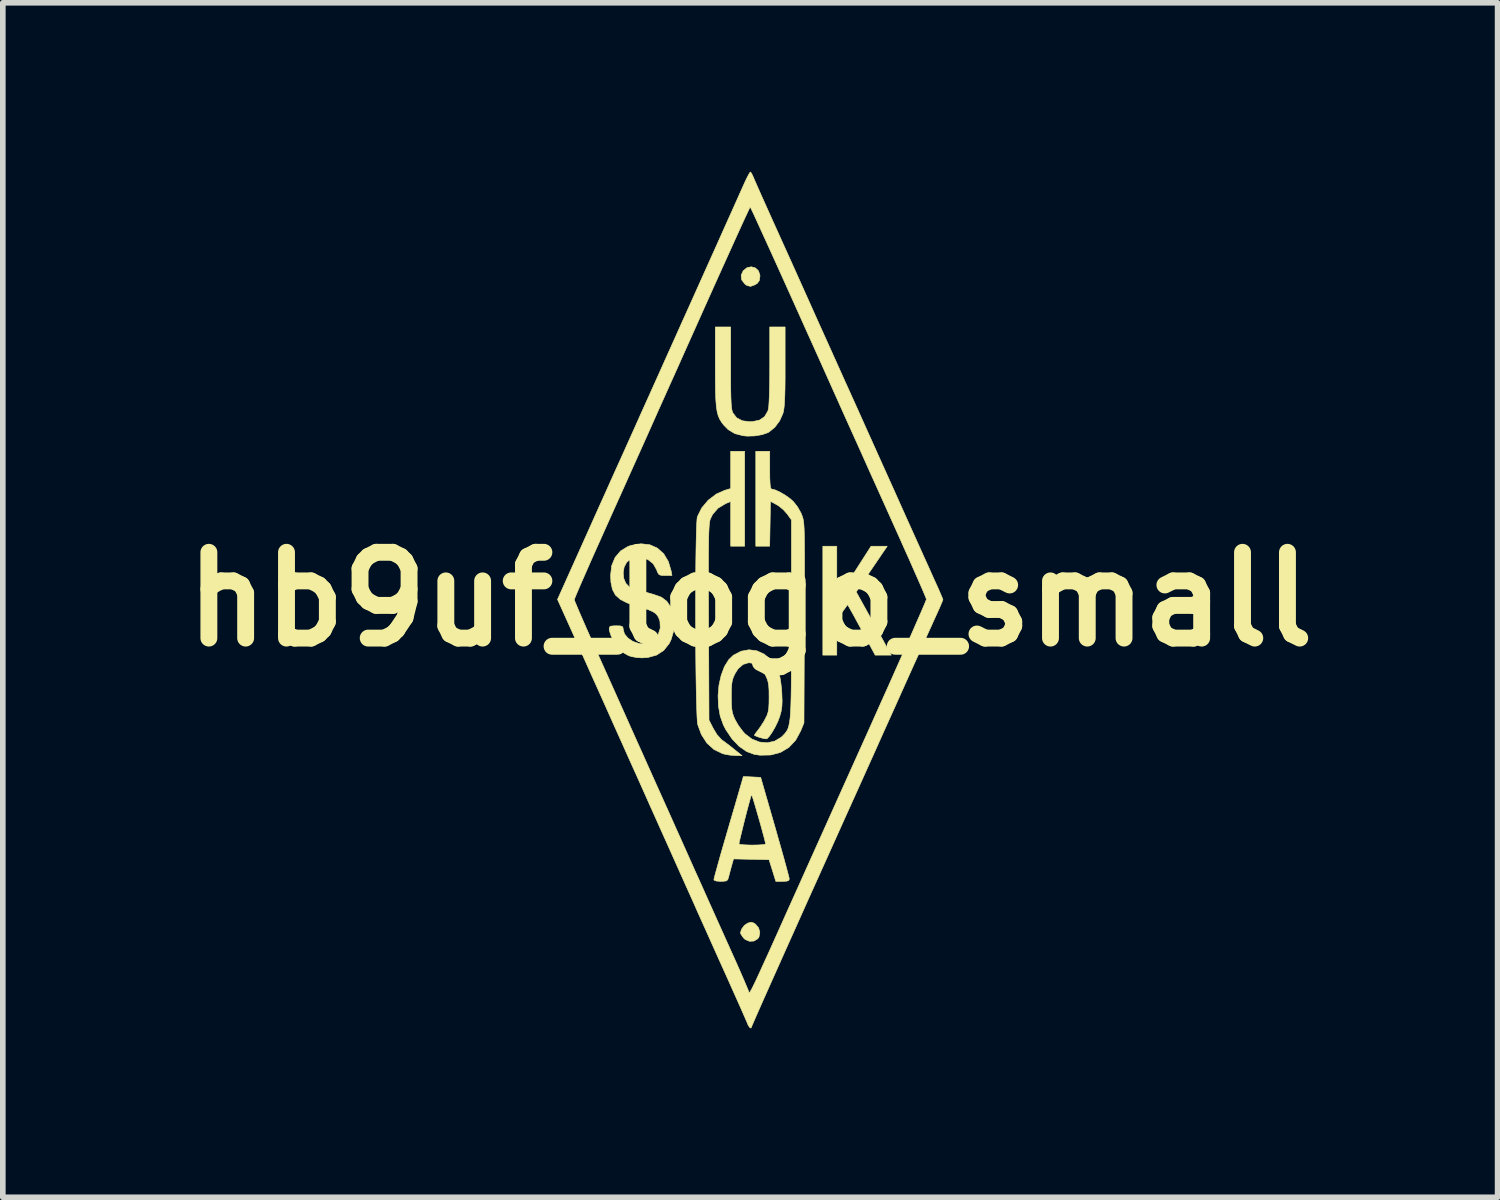
<source format=kicad_pcb>
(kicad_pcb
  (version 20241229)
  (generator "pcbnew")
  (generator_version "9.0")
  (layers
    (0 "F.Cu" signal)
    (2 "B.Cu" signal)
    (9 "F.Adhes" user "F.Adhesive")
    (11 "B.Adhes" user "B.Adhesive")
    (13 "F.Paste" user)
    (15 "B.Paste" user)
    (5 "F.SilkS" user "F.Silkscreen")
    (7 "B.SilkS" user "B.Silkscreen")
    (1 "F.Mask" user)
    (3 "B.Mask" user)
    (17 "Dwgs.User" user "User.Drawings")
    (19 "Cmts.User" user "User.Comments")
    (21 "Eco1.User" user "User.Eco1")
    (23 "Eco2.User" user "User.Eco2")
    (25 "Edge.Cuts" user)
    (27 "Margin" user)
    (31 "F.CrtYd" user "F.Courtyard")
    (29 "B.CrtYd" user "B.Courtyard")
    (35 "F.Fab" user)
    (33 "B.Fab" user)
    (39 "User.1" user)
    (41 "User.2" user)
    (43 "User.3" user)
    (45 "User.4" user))
  (footprint "hb9uf_logo_small"
    (layer "F.Cu")
    (at 10.276 7.595)
    (property "Reference" "hb9uf_logo_small" (at 0 0 0) (layer "F.SilkS") (effects (font (size 1.524 1.524) (thickness 0.3))))
    (attr through_hole)
    (fp_poly (pts (xy 0.092 -5.886) (xy 0.147 -5.834) (xy 0.173 -5.755) (xy 0.173 -5.74) (xy 0.163 -5.663) (xy 0.126 -5.612) (xy 0.082 -5.585) (xy 0.006 -5.558) (xy -0.059 -5.574) (xy -0.095 -5.6) (xy -0.152 -5.674) (xy -0.161 -5.756) (xy -0.124 -5.836) (xy -0.056 -5.891) (xy 0.02 -5.906) (xy 0.092 -5.886)) (stroke (width 0.01) (type solid)) (fill yes) (layer "F.SilkS"))
    (fp_poly (pts (xy 0.06 5.749) (xy 0.095 5.772) (xy 0.15 5.838) (xy 0.171 5.919) (xy 0.156 5.998) (xy 0.134 6.03) (xy 0.067 6.071) (xy -0.014 6.075) (xy -0.09 6.043) (xy -0.122 6.012) (xy -0.157 5.962) (xy -0.174 5.928) (xy -0.174 5.926) (xy -0.153 5.859) (xy -0.104 5.793) (xy -0.045 5.753) (xy 0.013 5.736) (xy 0.06 5.749)) (stroke (width 0.01) (type solid)) (fill yes) (layer "F.SilkS"))
    (fp_poly (pts (xy 1.538 0.007) (xy 1.842 -0.467) (xy 2.146 -0.942) (xy 2.29 -0.942) (xy 2.434 -0.943) (xy 2.158 -0.537) (xy 1.883 -0.131) (xy 2.122 0.3) (xy 2.201 0.443) (xy 2.277 0.58) (xy 2.345 0.701) (xy 2.398 0.798) (xy 2.433 0.862) (xy 2.434 0.862) (xy 2.506 0.992) (xy 2.22 0.992) (xy 2.036 0.651) (xy 1.967 0.524) (xy 1.901 0.403) (xy 1.845 0.299) (xy 1.803 0.224) (xy 1.791 0.203) (xy 1.73 0.096) (xy 1.635 0.228) (xy 1.539 0.36) (xy 1.538 0.992) (xy 1.29 0.992) (xy 1.29 -0.943) (xy 1.538 -0.943) (xy 1.538 0.007)) (stroke (width 0.01) (type solid)) (fill yes) (layer "F.SilkS"))
    (fp_poly (pts (xy -0.347 -4.115) (xy -0.347 -3.9) (xy -0.346 -3.728) (xy -0.343 -3.595) (xy -0.339 -3.494) (xy -0.333 -3.419) (xy -0.326 -3.366) (xy -0.315 -3.328) (xy -0.308 -3.311) (xy -0.241 -3.224) (xy -0.14 -3.171) (xy -0.008 -3.154) (xy 0.041 -3.156) (xy 0.166 -3.183) (xy 0.255 -3.244) (xy 0.312 -3.341) (xy 0.322 -3.372) (xy 0.329 -3.419) (xy 0.335 -3.51) (xy 0.34 -3.634) (xy 0.344 -3.787) (xy 0.346 -3.959) (xy 0.347 -4.144) (xy 0.347 -4.149) (xy 0.347 -4.837) (xy 0.62 -4.837) (xy 0.62 -4.134) (xy 0.62 -3.914) (xy 0.618 -3.738) (xy 0.614 -3.599) (xy 0.609 -3.491) (xy 0.602 -3.41) (xy 0.593 -3.347) (xy 0.582 -3.303) (xy 0.523 -3.17) (xy 0.436 -3.054) (xy 0.331 -2.969) (xy 0.315 -2.96) (xy 0.212 -2.924) (xy 0.082 -2.902) (xy -0.054 -2.898) (xy -0.126 -2.905) (xy -0.273 -2.943) (xy -0.391 -3.014) (xy -0.47 -3.094) (xy -0.51 -3.147) (xy -0.543 -3.201) (xy -0.569 -3.262) (xy -0.588 -3.336) (xy -0.602 -3.428) (xy -0.611 -3.546) (xy -0.617 -3.695) (xy -0.619 -3.881) (xy -0.62 -4.11) (xy -0.62 -4.134) (xy -0.62 -4.837) (xy -0.347 -4.837) (xy -0.347 -4.115)) (stroke (width 0.01) (type solid)) (fill yes) (layer "F.SilkS"))
    (fp_poly (pts (xy -0.099 -0.943) (xy -0.347 -0.943) (xy -0.347 -1.737) (xy -0.44 -1.698) (xy -0.572 -1.618) (xy -0.669 -1.506) (xy -0.707 -1.428) (xy -0.715 -1.404) (xy -0.721 -1.37) (xy -0.727 -1.325) (xy -0.731 -1.263) (xy -0.735 -1.182) (xy -0.738 -1.078) (xy -0.739 -0.947) (xy -0.741 -0.786) (xy -0.741 -0.592) (xy -0.741 -0.361) (xy -0.741 -0.088) (xy -0.74 0.228) (xy -0.739 0.409) (xy -0.732 2.146) (xy -0.657 2.294) (xy -0.589 2.406) (xy -0.514 2.489) (xy -0.494 2.505) (xy -0.426 2.555) (xy -0.34 2.62) (xy -0.275 2.673) (xy -0.144 2.778) (xy -0.264 2.776) (xy -0.365 2.768) (xy -0.466 2.749) (xy -0.491 2.742) (xy -0.643 2.669) (xy -0.769 2.555) (xy -0.867 2.403) (xy -0.932 2.227) (xy -0.939 2.177) (xy -0.945 2.083) (xy -0.95 1.95) (xy -0.955 1.782) (xy -0.959 1.586) (xy -0.963 1.366) (xy -0.966 1.126) (xy -0.968 0.873) (xy -0.969 0.61) (xy -0.97 0.342) (xy -0.97 0.076) (xy -0.969 -0.185) (xy -0.968 -0.435) (xy -0.966 -0.669) (xy -0.963 -0.883) (xy -0.959 -1.071) (xy -0.955 -1.229) (xy -0.95 -1.351) (xy -0.944 -1.433) (xy -0.939 -1.466) (xy -0.861 -1.623) (xy -0.745 -1.761) (xy -0.601 -1.87) (xy -0.452 -1.936) (xy -0.347 -1.967) (xy -0.347 -2.629) (xy -0.099 -2.629) (xy -0.099 -0.943)) (stroke (width 0.01) (type solid)) (fill yes) (layer "F.SilkS"))
    (fp_poly (pts (xy 0.186 3.163) (xy 0.44 4.043) (xy 0.497 4.245) (xy 0.551 4.433) (xy 0.598 4.601) (xy 0.637 4.744) (xy 0.667 4.856) (xy 0.687 4.933) (xy 0.694 4.967) (xy 0.694 4.967) (xy 0.685 4.994) (xy 0.65 5.007) (xy 0.578 5.011) (xy 0.575 5.011) (xy 0.455 5.011) (xy 0.395 4.818) (xy 0.335 4.626) (xy 0.02 4.619) (xy -0.296 4.612) (xy -0.333 4.743) (xy -0.357 4.831) (xy -0.378 4.911) (xy -0.386 4.942) (xy -0.4 4.983) (xy -0.427 5.003) (xy -0.481 5.01) (xy -0.524 5.011) (xy -0.604 5.005) (xy -0.641 4.989) (xy -0.645 4.977) (xy -0.638 4.946) (xy -0.619 4.873) (xy -0.589 4.765) (xy -0.551 4.627) (xy -0.505 4.465) (xy -0.471 4.347) (xy -0.199 4.347) (xy -0.176 4.355) (xy -0.114 4.361) (xy -0.024 4.365) (xy 0.037 4.366) (xy 0.139 4.364) (xy 0.218 4.359) (xy 0.265 4.352) (xy 0.273 4.347) (xy 0.267 4.314) (xy 0.25 4.244) (xy 0.224 4.148) (xy 0.193 4.033) (xy 0.158 3.909) (xy 0.122 3.785) (xy 0.089 3.67) (xy 0.06 3.574) (xy 0.038 3.506) (xy 0.025 3.474) (xy 0.024 3.473) (xy 0.015 3.495) (xy -0.003 3.557) (xy -0.028 3.648) (xy -0.058 3.76) (xy -0.09 3.883) (xy -0.121 4.008) (xy -0.15 4.126) (xy -0.175 4.228) (xy -0.192 4.303) (xy -0.199 4.344) (xy -0.199 4.347) (xy -0.471 4.347) (xy -0.453 4.286) (xy -0.425 4.19) (xy -0.369 3.997) (xy -0.315 3.813) (xy -0.266 3.646) (xy -0.224 3.501) (xy -0.191 3.387) (xy -0.169 3.31) (xy -0.163 3.292) (xy -0.122 3.148) (xy 0.186 3.163)) (stroke (width 0.01) (type solid)) (fill yes) (layer "F.SilkS"))
    (fp_poly (pts (xy -1.785 -0.969) (xy -1.649 -0.909) (xy -1.537 -0.809) (xy -1.454 -0.671) (xy -1.404 -0.502) (xy -1.39 -0.422) (xy -1.508 -0.422) (xy -1.58 -0.424) (xy -1.62 -0.439) (xy -1.645 -0.477) (xy -1.663 -0.526) (xy -1.723 -0.631) (xy -1.814 -0.704) (xy -1.925 -0.742) (xy -2.045 -0.739) (xy -2.121 -0.715) (xy -2.194 -0.657) (xy -2.239 -0.573) (xy -2.256 -0.474) (xy -2.247 -0.374) (xy -2.21 -0.285) (xy -2.147 -0.219) (xy -2.116 -0.203) (xy -2.059 -0.184) (xy -1.971 -0.158) (xy -1.869 -0.13) (xy -1.849 -0.124) (xy -1.745 -0.095) (xy -1.651 -0.064) (xy -1.584 -0.039) (xy -1.576 -0.036) (xy -1.481 0.036) (xy -1.41 0.141) (xy -1.366 0.272) (xy -1.349 0.418) (xy -1.362 0.569) (xy -1.405 0.716) (xy -1.44 0.788) (xy -1.536 0.908) (xy -1.662 0.991) (xy -1.817 1.034) (xy -1.921 1.041) (xy -2.02 1.034) (xy -2.112 1.017) (xy -2.158 1.002) (xy -2.238 0.958) (xy -2.312 0.901) (xy -2.316 0.898) (xy -2.373 0.83) (xy -2.428 0.739) (xy -2.474 0.643) (xy -2.501 0.559) (xy -2.505 0.527) (xy -2.5 0.494) (xy -2.477 0.477) (xy -2.423 0.472) (xy -2.381 0.471) (xy -2.308 0.473) (xy -2.271 0.484) (xy -2.258 0.508) (xy -2.257 0.53) (xy -2.234 0.613) (xy -2.172 0.689) (xy -2.083 0.749) (xy -1.976 0.786) (xy -1.902 0.794) (xy -1.792 0.771) (xy -1.699 0.71) (xy -1.633 0.621) (xy -1.598 0.513) (xy -1.603 0.396) (xy -1.609 0.374) (xy -1.633 0.312) (xy -1.669 0.263) (xy -1.726 0.222) (xy -1.81 0.185) (xy -1.931 0.145) (xy -2.014 0.121) (xy -2.183 0.066) (xy -2.307 0.003) (xy -2.394 -0.075) (xy -2.447 -0.174) (xy -2.474 -0.301) (xy -2.48 -0.429) (xy -2.46 -0.599) (xy -2.4 -0.743) (xy -2.304 -0.857) (xy -2.174 -0.937) (xy -2.113 -0.958) (xy -1.941 -0.986) (xy -1.785 -0.969)) (stroke (width 0.01) (type solid)) (fill yes) (layer "F.SilkS"))
    (fp_poly (pts (xy 0.347 -2.294) (xy 0.348 -2.151) (xy 0.353 -2.051) (xy 0.36 -1.991) (xy 0.371 -1.963) (xy 0.378 -1.959) (xy 0.44 -1.944) (xy 0.526 -1.905) (xy 0.619 -1.851) (xy 0.707 -1.789) (xy 0.766 -1.736) (xy 0.839 -1.644) (xy 0.901 -1.535) (xy 0.917 -1.496) (xy 0.927 -1.468) (xy 0.936 -1.44) (xy 0.943 -1.408) (xy 0.949 -1.368) (xy 0.954 -1.316) (xy 0.958 -1.249) (xy 0.961 -1.162) (xy 0.963 -1.054) (xy 0.964 -0.918) (xy 0.965 -0.753) (xy 0.965 -0.555) (xy 0.965 -0.319) (xy 0.964 -0.042) (xy 0.963 0.279) (xy 0.962 0.418) (xy 0.955 2.195) (xy 0.897 2.338) (xy 0.807 2.504) (xy 0.686 2.632) (xy 0.538 2.72) (xy 0.366 2.766) (xy 0.173 2.77) (xy 0.072 2.755) (xy -0.063 2.705) (xy -0.197 2.612) (xy -0.322 2.481) (xy -0.431 2.32) (xy -0.476 2.234) (xy -0.533 2.075) (xy -0.564 1.898) (xy -0.571 1.711) (xy -0.555 1.526) (xy -0.516 1.351) (xy -0.458 1.196) (xy -0.38 1.071) (xy -0.301 0.995) (xy -0.163 0.923) (xy -0.021 0.897) (xy 0.118 0.915) (xy 0.249 0.975) (xy 0.365 1.074) (xy 0.461 1.209) (xy 0.513 1.324) (xy 0.53 1.394) (xy 0.546 1.497) (xy 0.559 1.615) (xy 0.562 1.674) (xy 0.567 1.805) (xy 0.563 1.903) (xy 0.55 1.988) (xy 0.526 2.076) (xy 0.525 2.081) (xy 0.49 2.173) (xy 0.443 2.269) (xy 0.392 2.358) (xy 0.343 2.43) (xy 0.303 2.473) (xy 0.285 2.48) (xy 0.241 2.474) (xy 0.179 2.458) (xy 0.12 2.438) (xy 0.081 2.421) (xy 0.074 2.415) (xy 0.089 2.389) (xy 0.125 2.341) (xy 0.138 2.325) (xy 0.186 2.259) (xy 0.241 2.173) (xy 0.268 2.123) (xy 0.299 2.061) (xy 0.318 2.003) (xy 0.329 1.936) (xy 0.334 1.846) (xy 0.335 1.736) (xy 0.334 1.615) (xy 0.328 1.528) (xy 0.316 1.462) (xy 0.295 1.4) (xy 0.261 1.328) (xy 0.26 1.327) (xy 0.214 1.242) (xy 0.173 1.191) (xy 0.124 1.159) (xy 0.085 1.143) (xy -0.028 1.127) (xy -0.128 1.158) (xy -0.216 1.236) (xy -0.273 1.327) (xy -0.301 1.389) (xy -0.319 1.448) (xy -0.329 1.518) (xy -0.334 1.612) (xy -0.335 1.724) (xy -0.334 1.85) (xy -0.328 1.941) (xy -0.317 2.011) (xy -0.297 2.074) (xy -0.269 2.138) (xy -0.211 2.239) (xy -0.136 2.34) (xy -0.092 2.39) (xy 0.031 2.483) (xy 0.165 2.536) (xy 0.303 2.549) (xy 0.434 2.52) (xy 0.552 2.45) (xy 0.585 2.418) (xy 0.612 2.389) (xy 0.635 2.36) (xy 0.656 2.329) (xy 0.673 2.291) (xy 0.687 2.243) (xy 0.699 2.182) (xy 0.709 2.104) (xy 0.716 2.005) (xy 0.722 1.882) (xy 0.726 1.732) (xy 0.729 1.55) (xy 0.73 1.334) (xy 0.731 1.08) (xy 0.732 0.785) (xy 0.732 0.444) (xy 0.732 -1.41) (xy 0.657 -1.515) (xy 0.588 -1.592) (xy 0.503 -1.661) (xy 0.471 -1.68) (xy 0.36 -1.739) (xy 0.353 -1.341) (xy 0.346 -0.943) (xy 0.099 -0.943) (xy 0.099 -2.629) (xy 0.347 -2.629) (xy 0.347 -2.294)) (stroke (width 0.01) (type solid)) (fill yes) (layer "F.SilkS"))
    (fp_poly (pts (xy 0.022 -7.57) (xy 0.045 -7.522) (xy 0.062 -7.483) (xy 0.096 -7.405) (xy 0.145 -7.294) (xy 0.206 -7.156) (xy 0.277 -6.998) (xy 0.354 -6.826) (xy 0.384 -6.759) (xy 0.475 -6.558) (xy 0.58 -6.325) (xy 0.695 -6.071) (xy 0.813 -5.809) (xy 0.928 -5.552) (xy 1.036 -5.312) (xy 1.071 -5.234) (xy 1.172 -5.008) (xy 1.281 -4.766) (xy 1.393 -4.518) (xy 1.502 -4.276) (xy 1.603 -4.051) (xy 1.691 -3.855) (xy 1.724 -3.783) (xy 1.79 -3.636) (xy 1.874 -3.451) (xy 1.971 -3.235) (xy 2.078 -2.996) (xy 2.193 -2.741) (xy 2.312 -2.476) (xy 2.432 -2.21) (xy 2.549 -1.95) (xy 2.567 -1.91) (xy 2.677 -1.664) (xy 2.786 -1.421) (xy 2.891 -1.188) (xy 2.989 -0.971) (xy 3.078 -0.773) (xy 3.155 -0.603) (xy 3.218 -0.463) (xy 3.263 -0.362) (xy 3.276 -0.333) (xy 3.329 -0.217) (xy 3.373 -0.116) (xy 3.405 -0.041) (xy 3.422 0.001) (xy 3.423 0.007) (xy 3.413 0.034) (xy 3.387 0.097) (xy 3.348 0.187) (xy 3.301 0.29) (xy 3.268 0.362) (xy 3.218 0.474) (xy 3.151 0.621) (xy 3.071 0.798) (xy 2.98 1.002) (xy 2.879 1.225) (xy 2.771 1.465) (xy 2.659 1.715) (xy 2.555 1.947) (xy 2.436 2.21) (xy 2.318 2.473) (xy 2.203 2.73) (xy 2.093 2.974) (xy 1.991 3.201) (xy 1.9 3.404) (xy 1.821 3.578) (xy 1.759 3.716) (xy 1.723 3.795) (xy 1.554 4.171) (xy 1.387 4.542) (xy 1.224 4.904) (xy 1.066 5.254) (xy 0.915 5.591) (xy 0.772 5.911) (xy 0.637 6.211) (xy 0.513 6.489) (xy 0.4 6.742) (xy 0.299 6.968) (xy 0.212 7.163) (xy 0.141 7.325) (xy 0.085 7.452) (xy 0.047 7.54) (xy 0.027 7.586) (xy 0.025 7.594) (xy 0.014 7.617) (xy -0.01 7.605) (xy -0.037 7.565) (xy -0.044 7.547) (xy -0.06 7.508) (xy -0.094 7.43) (xy -0.143 7.319) (xy -0.204 7.18) (xy -0.276 7.02) (xy -0.355 6.843) (xy -0.409 6.722) (xy -0.503 6.514) (xy -0.601 6.296) (xy -0.698 6.08) (xy -0.79 5.874) (xy -0.873 5.69) (xy -0.941 5.539) (xy -0.955 5.507) (xy -1.001 5.402) (xy -1.066 5.257) (xy -1.148 5.075) (xy -1.244 4.861) (xy -1.352 4.619) (xy -1.471 4.353) (xy -1.599 4.068) (xy -1.734 3.767) (xy -1.873 3.456) (xy -2.015 3.138) (xy -2.159 2.819) (xy -2.301 2.501) (xy -2.441 2.19) (xy -2.575 1.889) (xy -2.703 1.604) (xy -2.823 1.338) (xy -2.931 1.096) (xy -3.028 0.882) (xy -3.109 0.7) (xy -3.174 0.555) (xy -3.214 0.466) (xy -3.421 0.007) (xy -3.125 0.007) (xy -3.116 0.035) (xy -3.087 0.104) (xy -3.043 0.209) (xy -2.984 0.345) (xy -2.913 0.508) (xy -2.831 0.692) (xy -2.742 0.894) (xy -2.664 1.067) (xy -2.553 1.314) (xy -2.435 1.577) (xy -2.315 1.845) (xy -2.196 2.11) (xy -2.084 2.361) (xy -1.982 2.588) (xy -1.895 2.781) (xy -1.88 2.815) (xy -1.713 3.188) (xy -1.564 3.52) (xy -1.432 3.813) (xy -1.316 4.073) (xy -1.213 4.302) (xy -1.122 4.505) (xy -1.042 4.685) (xy -0.97 4.846) (xy -0.904 4.991) (xy -0.844 5.125) (xy -0.812 5.197) (xy -0.746 5.345) (xy -0.664 5.527) (xy -0.573 5.73) (xy -0.478 5.941) (xy -0.384 6.15) (xy -0.319 6.295) (xy -0.243 6.463) (xy -0.175 6.617) (xy -0.117 6.751) (xy -0.071 6.859) (xy -0.039 6.935) (xy -0.025 6.973) (xy -0.025 6.976) (xy -0.022 6.99) (xy -0.014 6.988) (xy 0.001 6.967) (xy 0.026 6.924) (xy 0.061 6.854) (xy 0.108 6.756) (xy 0.168 6.626) (xy 0.243 6.461) (xy 0.336 6.258) (xy 0.446 6.013) (xy 0.473 5.953) (xy 0.547 5.788) (xy 0.639 5.582) (xy 0.748 5.34) (xy 0.871 5.067) (xy 1.005 4.768) (xy 1.149 4.447) (xy 1.301 4.11) (xy 1.458 3.76) (xy 1.619 3.402) (xy 1.781 3.042) (xy 1.942 2.684) (xy 2.028 2.493) (xy 2.176 2.163) (xy 2.318 1.845) (xy 2.454 1.543) (xy 2.58 1.259) (xy 2.697 0.996) (xy 2.803 0.758) (xy 2.896 0.546) (xy 2.975 0.365) (xy 3.04 0.217) (xy 3.088 0.105) (xy 3.118 0.032) (xy 3.13 0.001) (xy 3.13 0) (xy 3.12 -0.029) (xy 3.091 -0.099) (xy 3.045 -0.206) (xy 2.985 -0.344) (xy 2.911 -0.511) (xy 2.827 -0.702) (xy 2.733 -0.911) (xy 2.633 -1.136) (xy 2.586 -1.24) (xy 2.494 -1.444) (xy 2.385 -1.687) (xy 2.26 -1.965) (xy 2.122 -2.27) (xy 1.975 -2.599) (xy 1.819 -2.945) (xy 1.658 -3.302) (xy 1.495 -3.666) (xy 1.332 -4.03) (xy 1.171 -4.389) (xy 1.028 -4.706) (xy 0.886 -5.022) (xy 0.75 -5.325) (xy 0.621 -5.611) (xy 0.5 -5.879) (xy 0.389 -6.124) (xy 0.289 -6.344) (xy 0.201 -6.536) (xy 0.128 -6.697) (xy 0.07 -6.823) (xy 0.028 -6.912) (xy 0.005 -6.96) (xy 0 -6.969) (xy -0.012 -6.947) (xy -0.042 -6.883) (xy -0.09 -6.781) (xy -0.153 -6.643) (xy -0.23 -6.475) (xy -0.319 -6.278) (xy -0.419 -6.057) (xy -0.529 -5.814) (xy -0.646 -5.554) (xy -0.769 -5.28) (xy -0.793 -5.227) (xy -0.97 -4.831) (xy -1.13 -4.474) (xy -1.275 -4.149) (xy -1.41 -3.849) (xy -1.536 -3.568) (xy -1.657 -3.298) (xy -1.775 -3.033) (xy -1.894 -2.767) (xy -2.017 -2.493) (xy -2.147 -2.204) (xy -2.286 -1.893) (xy -2.439 -1.554) (xy -2.606 -1.181) (xy -2.638 -1.109) (xy -2.736 -0.891) (xy -2.827 -0.687) (xy -2.909 -0.5) (xy -2.981 -0.336) (xy -3.041 -0.198) (xy -3.086 -0.092) (xy -3.115 -0.022) (xy -3.125 0.007) (xy -3.125 0.007) (xy -3.421 0.007) (xy -3.423 0.003) (xy -2.913 -1.133) (xy -2.804 -1.376) (xy -2.695 -1.62) (xy -2.587 -1.859) (xy -2.485 -2.087) (xy -2.391 -2.296) (xy -2.308 -2.479) (xy -2.24 -2.63) (xy -2.196 -2.729) (xy -2.129 -2.877) (xy -2.048 -3.057) (xy -1.955 -3.266) (xy -1.85 -3.499) (xy -1.736 -3.752) (xy -1.615 -4.021) (xy -1.489 -4.303) (xy -1.358 -4.594) (xy -1.226 -4.889) (xy -1.093 -5.184) (xy -0.962 -5.476) (xy -0.834 -5.761) (xy -0.711 -6.035) (xy -0.595 -6.293) (xy -0.488 -6.533) (xy -0.391 -6.749) (xy -0.306 -6.938) (xy -0.235 -7.097) (xy -0.18 -7.22) (xy -0.142 -7.305) (xy -0.128 -7.336) (xy -0.082 -7.438) (xy -0.041 -7.52) (xy -0.011 -7.574) (xy 0.002 -7.59) (xy 0.022 -7.57)) (stroke (width 0.01) (type solid)) (fill yes) (layer "F.SilkS")))
  (gr_rect
    (start -3 -3)
    (end 23.552 18.217)
    (stroke (width 0.1) (type default))
    (fill no)
    (layer "Edge.Cuts")))
</source>
